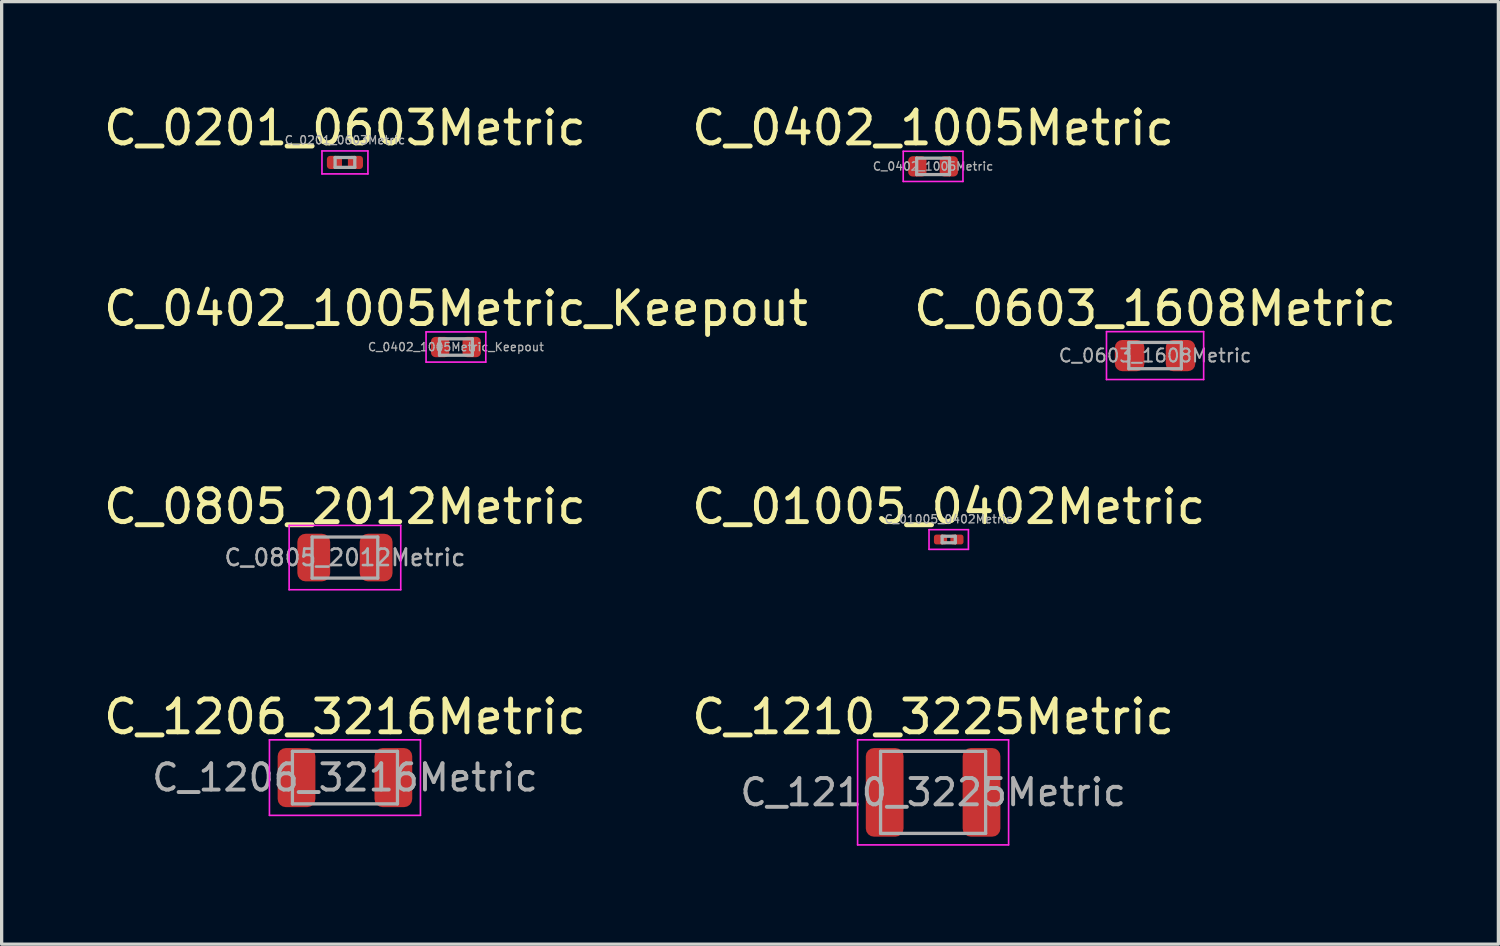
<source format=kicad_pcb>
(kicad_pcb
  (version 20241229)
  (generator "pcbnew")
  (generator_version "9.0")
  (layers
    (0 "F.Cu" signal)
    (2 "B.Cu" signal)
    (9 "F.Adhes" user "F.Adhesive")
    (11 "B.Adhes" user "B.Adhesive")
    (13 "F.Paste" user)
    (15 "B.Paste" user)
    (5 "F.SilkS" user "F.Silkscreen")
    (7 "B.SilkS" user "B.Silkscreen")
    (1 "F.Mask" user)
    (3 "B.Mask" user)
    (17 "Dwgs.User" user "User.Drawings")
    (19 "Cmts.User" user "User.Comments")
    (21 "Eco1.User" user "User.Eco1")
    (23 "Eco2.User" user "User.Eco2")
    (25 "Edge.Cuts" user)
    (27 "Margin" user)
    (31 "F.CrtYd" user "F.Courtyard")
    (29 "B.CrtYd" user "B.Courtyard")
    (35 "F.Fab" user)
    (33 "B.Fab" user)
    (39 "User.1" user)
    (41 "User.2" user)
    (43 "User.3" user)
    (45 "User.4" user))
  (footprint "C_0805_2012Metric"
    (layer "F.Cu")
    (at 7.458 13.935)
    (property "Reference" "C_0805_2012Metric" (at 0 -1.55 0) (layer "F.SilkS") (effects (font (size 1 1) (thickness 0.15))))
    (attr smd)
    (fp_line (start -1.7 -0.98) (end 1.7 -0.98) (stroke (width 0.05) (type solid)) (layer "F.CrtYd"))
    (fp_line (start -1.7 0.98) (end -1.7 -0.98) (stroke (width 0.05) (type solid)) (layer "F.CrtYd"))
    (fp_line (start 1.7 -0.98) (end 1.7 0.98) (stroke (width 0.05) (type solid)) (layer "F.CrtYd"))
    (fp_line (start 1.7 0.98) (end -1.7 0.98) (stroke (width 0.05) (type solid)) (layer "F.CrtYd"))
    (fp_line (start -1 -0.625) (end 1 -0.625) (stroke (width 0.1) (type solid)) (layer "F.Fab"))
    (fp_line (start -1 0.625) (end -1 -0.625) (stroke (width 0.1) (type solid)) (layer "F.Fab"))
    (fp_line (start 1 -0.625) (end 1 0.625) (stroke (width 0.1) (type solid)) (layer "F.Fab"))
    (fp_line (start 1 0.625) (end -1 0.625) (stroke (width 0.1) (type solid)) (layer "F.Fab"))
    (fp_text user "${REFERENCE}" (at 0 0 0) (layer "F.Fab") (effects (font (size 0.5 0.5) (thickness 0.08))))
    (pad "1" smd roundrect (at -0.95 0) (size 1 1.45) (layers "F.Cu" "F.Mask" "F.Paste") (roundrect_rratio 0.25))
    (pad "2" smd roundrect (at 0.95 0) (size 1 1.45) (layers "F.Cu" "F.Mask" "F.Paste") (roundrect_rratio 0.25)))
  (footprint "C_1206_3216Metric"
    (layer "F.Cu")
    (at 7.458 20.638)
    (property "Reference" "C_1206_3216Metric" (at 0 -1.85 0) (layer "F.SilkS") (effects (font (size 1 1) (thickness 0.15))))
    (attr smd)
    (fp_line (start -2.3 -1.15) (end 2.3 -1.15) (stroke (width 0.05) (type solid)) (layer "F.CrtYd"))
    (fp_line (start -2.3 1.15) (end -2.3 -1.15) (stroke (width 0.05) (type solid)) (layer "F.CrtYd"))
    (fp_line (start 2.3 -1.15) (end 2.3 1.15) (stroke (width 0.05) (type solid)) (layer "F.CrtYd"))
    (fp_line (start 2.3 1.15) (end -2.3 1.15) (stroke (width 0.05) (type solid)) (layer "F.CrtYd"))
    (fp_line (start -1.6 -0.8) (end 1.6 -0.8) (stroke (width 0.1) (type solid)) (layer "F.Fab"))
    (fp_line (start -1.6 0.8) (end -1.6 -0.8) (stroke (width 0.1) (type solid)) (layer "F.Fab"))
    (fp_line (start 1.6 -0.8) (end 1.6 0.8) (stroke (width 0.1) (type solid)) (layer "F.Fab"))
    (fp_line (start 1.6 0.8) (end -1.6 0.8) (stroke (width 0.1) (type solid)) (layer "F.Fab"))
    (fp_text user "${REFERENCE}" (at 0 0 0) (layer "F.Fab") (effects (font (size 0.8 0.8) (thickness 0.12))))
    (pad "1" smd roundrect (at -1.475 0) (size 1.15 1.8) (layers "F.Cu" "F.Mask" "F.Paste") (roundrect_rratio 0.217))
    (pad "2" smd roundrect (at 1.475 0) (size 1.15 1.8) (layers "F.Cu" "F.Mask" "F.Paste") (roundrect_rratio 0.217)))
  (footprint "C_1210_3225Metric"
    (layer "F.Cu")
    (at 25.375 21.088)
    (property "Reference" "C_1210_3225Metric" (at 0 -2.3 0) (layer "F.SilkS") (effects (font (size 1 1) (thickness 0.15))))
    (attr smd)
    (fp_line (start -2.3 -1.6) (end 2.3 -1.6) (stroke (width 0.05) (type solid)) (layer "F.CrtYd"))
    (fp_line (start -2.3 1.6) (end -2.3 -1.6) (stroke (width 0.05) (type solid)) (layer "F.CrtYd"))
    (fp_line (start 2.3 -1.6) (end 2.3 1.6) (stroke (width 0.05) (type solid)) (layer "F.CrtYd"))
    (fp_line (start 2.3 1.6) (end -2.3 1.6) (stroke (width 0.05) (type solid)) (layer "F.CrtYd"))
    (fp_line (start -1.6 -1.25) (end 1.6 -1.25) (stroke (width 0.1) (type solid)) (layer "F.Fab"))
    (fp_line (start -1.6 1.25) (end -1.6 -1.25) (stroke (width 0.1) (type solid)) (layer "F.Fab"))
    (fp_line (start 1.6 -1.25) (end 1.6 1.25) (stroke (width 0.1) (type solid)) (layer "F.Fab"))
    (fp_line (start 1.6 1.25) (end -1.6 1.25) (stroke (width 0.1) (type solid)) (layer "F.Fab"))
    (fp_text user "${REFERENCE}" (at 0 0 0) (layer "F.Fab") (effects (font (size 0.8 0.8) (thickness 0.12))))
    (pad "1" smd roundrect (at -1.475 0) (size 1.15 2.7) (layers "F.Cu" "F.Mask" "F.Paste") (roundrect_rratio 0.217))
    (pad "2" smd roundrect (at 1.475 0) (size 1.15 2.7) (layers "F.Cu" "F.Mask" "F.Paste") (roundrect_rratio 0.217)))
  (footprint "C_0201_0603Metric"
    (layer "F.Cu")
    (at 7.458 1.898)
    (property "Reference" "C_0201_0603Metric" (at 0 -1.05 0) (layer "F.SilkS") (effects (font (size 1 1) (thickness 0.15))))
    (attr smd)
    (fp_line (start -0.7 -0.35) (end 0.7 -0.35) (stroke (width 0.05) (type solid)) (layer "F.CrtYd"))
    (fp_line (start -0.7 0.35) (end -0.7 -0.35) (stroke (width 0.05) (type solid)) (layer "F.CrtYd"))
    (fp_line (start 0.7 -0.35) (end 0.7 0.35) (stroke (width 0.05) (type solid)) (layer "F.CrtYd"))
    (fp_line (start 0.7 0.35) (end -0.7 0.35) (stroke (width 0.05) (type solid)) (layer "F.CrtYd"))
    (fp_line (start -0.3 -0.15) (end 0.3 -0.15) (stroke (width 0.1) (type solid)) (layer "F.Fab"))
    (fp_line (start -0.3 0.15) (end -0.3 -0.15) (stroke (width 0.1) (type solid)) (layer "F.Fab"))
    (fp_line (start 0.3 -0.15) (end 0.3 0.15) (stroke (width 0.1) (type solid)) (layer "F.Fab"))
    (fp_line (start 0.3 0.15) (end -0.3 0.15) (stroke (width 0.1) (type solid)) (layer "F.Fab"))
    (fp_text user "${REFERENCE}" (at 0 -0.68 0) (layer "F.Fab") (effects (font (size 0.25 0.25) (thickness 0.04))))
    (pad "" smd roundrect (at -0.345 0) (size 0.318 0.36) (layers "F.Paste") (roundrect_rratio 0.25))
    (pad "" smd roundrect (at 0.345 0) (size 0.318 0.36) (layers "F.Paste") (roundrect_rratio 0.25))
    (pad "1" smd roundrect (at -0.32 0) (size 0.46 0.4) (layers "F.Cu" "F.Mask") (roundrect_rratio 0.25))
    (pad "2" smd roundrect (at 0.32 0) (size 0.46 0.4) (layers "F.Cu" "F.Mask") (roundrect_rratio 0.25)))
  (footprint "C_0402_1005Metric"
    (layer "F.Cu")
    (at 25.375 2.018)
    (property "Reference" "C_0402_1005Metric" (at 0 -1.17 0) (layer "F.SilkS") (effects (font (size 1 1) (thickness 0.15))))
    (attr smd)
    (fp_line (start -0.91 -0.46) (end 0.91 -0.46) (stroke (width 0.05) (type solid)) (layer "F.CrtYd"))
    (fp_line (start -0.91 0.46) (end -0.91 -0.46) (stroke (width 0.05) (type solid)) (layer "F.CrtYd"))
    (fp_line (start 0.91 -0.46) (end 0.91 0.46) (stroke (width 0.05) (type solid)) (layer "F.CrtYd"))
    (fp_line (start 0.91 0.46) (end -0.91 0.46) (stroke (width 0.05) (type solid)) (layer "F.CrtYd"))
    (fp_line (start -0.5 -0.25) (end 0.5 -0.25) (stroke (width 0.1) (type solid)) (layer "F.Fab"))
    (fp_line (start -0.5 0.25) (end -0.5 -0.25) (stroke (width 0.1) (type solid)) (layer "F.Fab"))
    (fp_line (start 0.5 -0.25) (end 0.5 0.25) (stroke (width 0.1) (type solid)) (layer "F.Fab"))
    (fp_line (start 0.5 0.25) (end -0.5 0.25) (stroke (width 0.1) (type solid)) (layer "F.Fab"))
    (fp_text user "${REFERENCE}" (at 0 0 0) (layer "F.Fab") (effects (font (size 0.25 0.25) (thickness 0.04))))
    (pad "1" smd roundrect (at -0.48 0) (size 0.56 0.62) (layers "F.Cu" "F.Mask" "F.Paste") (roundrect_rratio 0.25))
    (pad "2" smd roundrect (at 0.48 0) (size 0.56 0.62) (layers "F.Cu" "F.Mask" "F.Paste") (roundrect_rratio 0.25)))
  (footprint "C_0402_1005Metric_Keepout"
    (layer "F.Cu")
    (at 10.839 7.521)
    (property "Reference" "C_0402_1005Metric_Keepout" (at 0 -1.17 0) (layer "F.SilkS") (effects (font (size 1 1) (thickness 0.15))))
    (attr smd)
    (fp_line (start -0.91 -0.46) (end 0.91 -0.46) (stroke (width 0.05) (type solid)) (layer "F.CrtYd"))
    (fp_line (start -0.91 0.46) (end -0.91 -0.46) (stroke (width 0.05) (type solid)) (layer "F.CrtYd"))
    (fp_line (start 0.91 -0.46) (end 0.91 0.46) (stroke (width 0.05) (type solid)) (layer "F.CrtYd"))
    (fp_line (start 0.91 0.46) (end -0.91 0.46) (stroke (width 0.05) (type solid)) (layer "F.CrtYd"))
    (fp_line (start -0.5 -0.25) (end 0.5 -0.25) (stroke (width 0.1) (type solid)) (layer "F.Fab"))
    (fp_line (start -0.5 0.25) (end -0.5 -0.25) (stroke (width 0.1) (type solid)) (layer "F.Fab"))
    (fp_line (start 0.5 -0.25) (end 0.5 0.25) (stroke (width 0.1) (type solid)) (layer "F.Fab"))
    (fp_line (start 0.5 0.25) (end -0.5 0.25) (stroke (width 0.1) (type solid)) (layer "F.Fab"))
    (fp_text user "${REFERENCE}" (at 0 0 0) (layer "F.Fab") (effects (font (size 0.25 0.25) (thickness 0.04))))
    (pad "1" smd roundrect (at -0.48 0) (size 0.56 0.62) (layers "F.Cu" "F.Mask" "F.Paste") (roundrect_rratio 0.25))
    (pad "2" smd roundrect (at 0.48 0) (size 0.56 0.62) (layers "F.Cu" "F.Mask" "F.Paste") (roundrect_rratio 0.25))
    (zone (net_name "") (layer "F.Cu") (hatch edge 0.5) (connect_pads) (min_thickness 0.25) (filled_areas_thickness no) (keepout (tracks allowed) (vias allowed) (pads allowed) (copperpour not_allowed) (footprints allowed)) (placement (enabled no)) (fill) (polygon (pts (xy 9.939 7.971) (xy 11.739 7.971) (xy 11.739 7.072) (xy 9.939 7.072)))))
  (footprint "C_0603_1608Metric"
    (layer "F.Cu")
    (at 32.137 7.782)
    (property "Reference" "C_0603_1608Metric" (at 0 -1.43 0) (layer "F.SilkS") (effects (font (size 1 1) (thickness 0.15))))
    (attr smd)
    (fp_line (start -1.48 -0.73) (end 1.48 -0.73) (stroke (width 0.05) (type solid)) (layer "F.CrtYd"))
    (fp_line (start -1.48 0.73) (end -1.48 -0.73) (stroke (width 0.05) (type solid)) (layer "F.CrtYd"))
    (fp_line (start 1.48 -0.73) (end 1.48 0.73) (stroke (width 0.05) (type solid)) (layer "F.CrtYd"))
    (fp_line (start 1.48 0.73) (end -1.48 0.73) (stroke (width 0.05) (type solid)) (layer "F.CrtYd"))
    (fp_line (start -0.8 -0.4) (end 0.8 -0.4) (stroke (width 0.1) (type solid)) (layer "F.Fab"))
    (fp_line (start -0.8 0.4) (end -0.8 -0.4) (stroke (width 0.1) (type solid)) (layer "F.Fab"))
    (fp_line (start 0.8 -0.4) (end 0.8 0.4) (stroke (width 0.1) (type solid)) (layer "F.Fab"))
    (fp_line (start 0.8 0.4) (end -0.8 0.4) (stroke (width 0.1) (type solid)) (layer "F.Fab"))
    (fp_text user "${REFERENCE}" (at 0 0 0) (layer "F.Fab") (effects (font (size 0.4 0.4) (thickness 0.06))))
    (pad "1" smd roundrect (at -0.775 0) (size 0.9 0.95) (layers "F.Cu" "F.Mask" "F.Paste") (roundrect_rratio 0.25))
    (pad "2" smd roundrect (at 0.775 0) (size 0.9 0.95) (layers "F.Cu" "F.Mask" "F.Paste") (roundrect_rratio 0.25)))
  (footprint "C_01005_0402Metric"
    (layer "F.Cu")
    (at 25.851 13.385)
    (property "Reference" "C_01005_0402Metric" (at 0 -1 0) (layer "F.SilkS") (effects (font (size 1 1) (thickness 0.15))))
    (attr smd)
    (fp_line (start -0.6 -0.3) (end 0.6 -0.3) (stroke (width 0.05) (type solid)) (layer "F.CrtYd"))
    (fp_line (start -0.6 0.3) (end -0.6 -0.3) (stroke (width 0.05) (type solid)) (layer "F.CrtYd"))
    (fp_line (start 0.6 -0.3) (end 0.6 0.3) (stroke (width 0.05) (type solid)) (layer "F.CrtYd"))
    (fp_line (start 0.6 0.3) (end -0.6 0.3) (stroke (width 0.05) (type solid)) (layer "F.CrtYd"))
    (fp_line (start -0.2 -0.1) (end 0.2 -0.1) (stroke (width 0.1) (type solid)) (layer "F.Fab"))
    (fp_line (start -0.2 0.1) (end -0.2 -0.1) (stroke (width 0.1) (type solid)) (layer "F.Fab"))
    (fp_line (start 0.2 -0.1) (end 0.2 0.1) (stroke (width 0.1) (type solid)) (layer "F.Fab"))
    (fp_line (start 0.2 0.1) (end -0.2 0.1) (stroke (width 0.1) (type solid)) (layer "F.Fab"))
    (fp_text user "${REFERENCE}" (at 0 -0.62 0) (layer "F.Fab") (effects (font (size 0.25 0.25) (thickness 0.04))))
    (pad "" smd roundrect (at -0.275 0) (size 0.27 0.27) (layers "F.Paste") (roundrect_rratio 0.25))
    (pad "" smd roundrect (at 0.275 0) (size 0.27 0.27) (layers "F.Paste") (roundrect_rratio 0.25))
    (pad "1" smd roundrect (at -0.25 0) (size 0.4 0.3) (layers "F.Cu" "F.Mask") (roundrect_rratio 0.25))
    (pad "2" smd roundrect (at 0.25 0) (size 0.4 0.3) (layers "F.Cu" "F.Mask") (roundrect_rratio 0.25)))
  (gr_rect
    (start -3 -3)
    (end 42.595 25.713)
    (stroke (width 0.1) (type default))
    (fill no)
    (layer "Edge.Cuts")))
</source>
